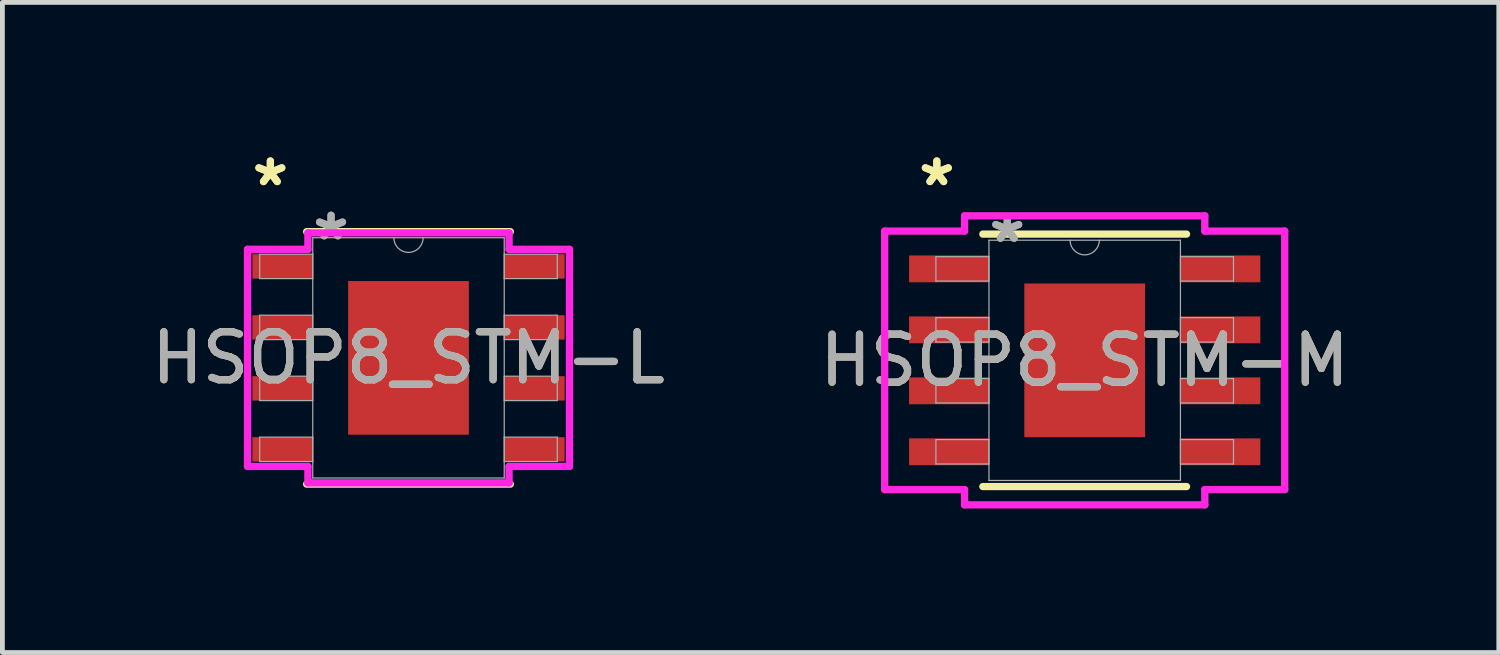
<source format=kicad_pcb>
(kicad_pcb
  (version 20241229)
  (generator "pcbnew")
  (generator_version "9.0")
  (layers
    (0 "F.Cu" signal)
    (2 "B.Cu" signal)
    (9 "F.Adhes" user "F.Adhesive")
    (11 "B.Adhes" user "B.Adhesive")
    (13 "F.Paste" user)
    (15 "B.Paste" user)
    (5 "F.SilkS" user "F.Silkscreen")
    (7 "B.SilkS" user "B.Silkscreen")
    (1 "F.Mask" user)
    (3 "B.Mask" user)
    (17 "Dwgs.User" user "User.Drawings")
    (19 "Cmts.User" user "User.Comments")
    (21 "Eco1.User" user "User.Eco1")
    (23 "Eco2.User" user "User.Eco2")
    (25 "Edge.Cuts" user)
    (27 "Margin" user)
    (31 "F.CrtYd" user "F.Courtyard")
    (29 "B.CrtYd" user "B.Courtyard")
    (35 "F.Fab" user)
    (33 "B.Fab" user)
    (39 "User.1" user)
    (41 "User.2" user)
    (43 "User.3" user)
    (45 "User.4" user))
  (footprint "HSOP8_STM-L"
    (layer "F.Cu")
    (at 5.458 4.404)
    (property "Reference" "HSOP8_STM-L" (at 0 0 0) (unlocked yes) (layer "F.SilkS") (effects (font (size 1 1) (thickness 0.15))))
    (attr smd)
    (fp_line (start -2.121 2.629) (end 2.121 2.629) (stroke (width 0.152) (type solid)) (layer "F.SilkS"))
    (fp_line (start 2.121 -2.629) (end -2.121 -2.629) (stroke (width 0.152) (type solid)) (layer "F.SilkS"))
    (fp_poly (pts (xy -1.157 -1.5) (xy -1.157 -0.1) (xy 1.157 -0.1) (xy 1.157 -1.5)) (stroke (width 0) (type solid)) (fill yes) (layer "F.Paste"))
    (fp_poly (pts (xy -1.157 0.1) (xy -1.157 1.5) (xy 1.157 1.5) (xy 1.157 0.1)) (stroke (width 0) (type solid)) (fill yes) (layer "F.Paste"))
    (fp_line (start -3.353 -2.261) (end -2.095 -2.261) (stroke (width 0.152) (type solid)) (layer "F.CrtYd"))
    (fp_line (start -3.353 2.261) (end -3.353 -2.261) (stroke (width 0.152) (type solid)) (layer "F.CrtYd"))
    (fp_line (start -3.353 2.261) (end -2.095 2.261) (stroke (width 0.152) (type solid)) (layer "F.CrtYd"))
    (fp_line (start -2.095 -2.603) (end 2.095 -2.603) (stroke (width 0.152) (type solid)) (layer "F.CrtYd"))
    (fp_line (start -2.095 -2.261) (end -2.095 -2.603) (stroke (width 0.152) (type solid)) (layer "F.CrtYd"))
    (fp_line (start -2.095 2.603) (end -2.095 2.261) (stroke (width 0.152) (type solid)) (layer "F.CrtYd"))
    (fp_line (start 2.095 -2.603) (end 2.095 -2.261) (stroke (width 0.152) (type solid)) (layer "F.CrtYd"))
    (fp_line (start 2.095 2.261) (end 2.095 2.603) (stroke (width 0.152) (type solid)) (layer "F.CrtYd"))
    (fp_line (start 2.095 2.603) (end -2.095 2.603) (stroke (width 0.152) (type solid)) (layer "F.CrtYd"))
    (fp_line (start 3.353 -2.261) (end 2.095 -2.261) (stroke (width 0.152) (type solid)) (layer "F.CrtYd"))
    (fp_line (start 3.353 -2.261) (end 3.353 2.261) (stroke (width 0.152) (type solid)) (layer "F.CrtYd"))
    (fp_line (start 3.353 2.261) (end 2.095 2.261) (stroke (width 0.152) (type solid)) (layer "F.CrtYd"))
    (fp_line (start -3.099 -2.159) (end -3.099 -1.651) (stroke (width 0.025) (type solid)) (layer "F.Fab"))
    (fp_line (start -3.099 -1.651) (end -1.994 -1.651) (stroke (width 0.025) (type solid)) (layer "F.Fab"))
    (fp_line (start -3.099 -0.889) (end -3.099 -0.381) (stroke (width 0.025) (type solid)) (layer "F.Fab"))
    (fp_line (start -3.099 -0.381) (end -1.994 -0.381) (stroke (width 0.025) (type solid)) (layer "F.Fab"))
    (fp_line (start -3.099 0.381) (end -3.099 0.889) (stroke (width 0.025) (type solid)) (layer "F.Fab"))
    (fp_line (start -3.099 0.889) (end -1.994 0.889) (stroke (width 0.025) (type solid)) (layer "F.Fab"))
    (fp_line (start -3.099 1.651) (end -3.099 2.159) (stroke (width 0.025) (type solid)) (layer "F.Fab"))
    (fp_line (start -3.099 2.159) (end -1.994 2.159) (stroke (width 0.025) (type solid)) (layer "F.Fab"))
    (fp_line (start -1.994 -2.502) (end -1.994 2.502) (stroke (width 0.025) (type solid)) (layer "F.Fab"))
    (fp_line (start -1.994 -2.159) (end -3.099 -2.159) (stroke (width 0.025) (type solid)) (layer "F.Fab"))
    (fp_line (start -1.994 -1.651) (end -1.994 -2.159) (stroke (width 0.025) (type solid)) (layer "F.Fab"))
    (fp_line (start -1.994 -0.889) (end -3.099 -0.889) (stroke (width 0.025) (type solid)) (layer "F.Fab"))
    (fp_line (start -1.994 -0.381) (end -1.994 -0.889) (stroke (width 0.025) (type solid)) (layer "F.Fab"))
    (fp_line (start -1.994 0.381) (end -3.099 0.381) (stroke (width 0.025) (type solid)) (layer "F.Fab"))
    (fp_line (start -1.994 0.889) (end -1.994 0.381) (stroke (width 0.025) (type solid)) (layer "F.Fab"))
    (fp_line (start -1.994 1.651) (end -3.099 1.651) (stroke (width 0.025) (type solid)) (layer "F.Fab"))
    (fp_line (start -1.994 2.159) (end -1.994 1.651) (stroke (width 0.025) (type solid)) (layer "F.Fab"))
    (fp_line (start -1.994 2.502) (end 1.994 2.502) (stroke (width 0.025) (type solid)) (layer "F.Fab"))
    (fp_line (start 1.994 -2.502) (end -1.994 -2.502) (stroke (width 0.025) (type solid)) (layer "F.Fab"))
    (fp_line (start 1.994 -2.159) (end 1.994 -1.651) (stroke (width 0.025) (type solid)) (layer "F.Fab"))
    (fp_line (start 1.994 -1.651) (end 3.099 -1.651) (stroke (width 0.025) (type solid)) (layer "F.Fab"))
    (fp_line (start 1.994 -0.889) (end 1.994 -0.381) (stroke (width 0.025) (type solid)) (layer "F.Fab"))
    (fp_line (start 1.994 -0.381) (end 3.099 -0.381) (stroke (width 0.025) (type solid)) (layer "F.Fab"))
    (fp_line (start 1.994 0.381) (end 1.994 0.889) (stroke (width 0.025) (type solid)) (layer "F.Fab"))
    (fp_line (start 1.994 0.889) (end 3.099 0.889) (stroke (width 0.025) (type solid)) (layer "F.Fab"))
    (fp_line (start 1.994 1.651) (end 1.994 2.159) (stroke (width 0.025) (type solid)) (layer "F.Fab"))
    (fp_line (start 1.994 2.159) (end 3.099 2.159) (stroke (width 0.025) (type solid)) (layer "F.Fab"))
    (fp_line (start 1.994 2.502) (end 1.994 -2.502) (stroke (width 0.025) (type solid)) (layer "F.Fab"))
    (fp_line (start 3.099 -2.159) (end 1.994 -2.159) (stroke (width 0.025) (type solid)) (layer "F.Fab"))
    (fp_line (start 3.099 -1.651) (end 3.099 -2.159) (stroke (width 0.025) (type solid)) (layer "F.Fab"))
    (fp_line (start 3.099 -0.889) (end 1.994 -0.889) (stroke (width 0.025) (type solid)) (layer "F.Fab"))
    (fp_line (start 3.099 -0.381) (end 3.099 -0.889) (stroke (width 0.025) (type solid)) (layer "F.Fab"))
    (fp_line (start 3.099 0.381) (end 1.994 0.381) (stroke (width 0.025) (type solid)) (layer "F.Fab"))
    (fp_line (start 3.099 0.889) (end 3.099 0.381) (stroke (width 0.025) (type solid)) (layer "F.Fab"))
    (fp_line (start 3.099 1.651) (end 1.994 1.651) (stroke (width 0.025) (type solid)) (layer "F.Fab"))
    (fp_line (start 3.099 2.159) (end 3.099 1.651) (stroke (width 0.025) (type solid)) (layer "F.Fab"))
    (fp_arc (start 0.3048 -2.5019) (mid 0 -2.1971) (end -0.3048 -2.5019) (stroke (width 0.0254) (type solid)) (layer "F.Fab"))
    (fp_text user "*" (at -2.877 -3.556 0) (unlocked yes) (layer "F.SilkS") (effects (font (size 1 1) (thickness 0.15))))
    (fp_text user "*" (at -2.877 -3.556 0) (layer "F.SilkS") (effects (font (size 1 1) (thickness 0.15))))
    (fp_text user "${REFERENCE}" (at 0 0 0) (unlocked yes) (layer "F.Fab") (effects (font (size 1 1) (thickness 0.15))))
    (fp_text user "*" (at -1.613 -2.426 0) (layer "F.Fab") (effects (font (size 1 1) (thickness 0.15))))
    (fp_text user "*" (at -1.613 -2.426 0) (unlocked yes) (layer "F.Fab") (effects (font (size 1 1) (thickness 0.15))))
    (pad "1" smd rect (at -2.623 -1.905) (size 1.257 0.508) (layers "F.Cu" "F.Mask" "F.Paste"))
    (pad "2" smd rect (at -2.623 -0.635) (size 1.257 0.508) (layers "F.Cu" "F.Mask" "F.Paste"))
    (pad "3" smd rect (at -2.623 0.635) (size 1.257 0.508) (layers "F.Cu" "F.Mask" "F.Paste"))
    (pad "4" smd rect (at -2.623 1.905) (size 1.257 0.508) (layers "F.Cu" "F.Mask" "F.Paste"))
    (pad "5" smd rect (at 2.623 1.905) (size 1.257 0.508) (layers "F.Cu" "F.Mask" "F.Paste"))
    (pad "6" smd rect (at 2.623 0.635) (size 1.257 0.508) (layers "F.Cu" "F.Mask" "F.Paste"))
    (pad "7" smd rect (at 2.623 -0.635) (size 1.257 0.508) (layers "F.Cu" "F.Mask" "F.Paste"))
    (pad "8" smd rect (at 2.623 -1.905) (size 1.257 0.508) (layers "F.Cu" "F.Mask" "F.Paste"))
    (pad "EPAD" smd rect (at 0 0) (size 2.515 3.2) (layers "F.Cu" "F.Mask")))
  (footprint "HSOP8_STM-M"
    (layer "F.Cu")
    (at 19.542 4.455)
    (property "Reference" "HSOP8_STM-M" (at 0 0 0) (unlocked yes) (layer "F.SilkS") (effects (font (size 1 1) (thickness 0.15))))
    (attr smd)
    (fp_line (start -2.121 2.629) (end 2.121 2.629) (stroke (width 0.152) (type solid)) (layer "F.SilkS"))
    (fp_line (start 2.121 -2.629) (end -2.121 -2.629) (stroke (width 0.152) (type solid)) (layer "F.SilkS"))
    (fp_poly (pts (xy -1.157 -1.5) (xy -1.157 -0.1) (xy 1.157 -0.1) (xy 1.157 -1.5)) (stroke (width 0) (type solid)) (fill yes) (layer "F.Paste"))
    (fp_poly (pts (xy -1.157 0.1) (xy -1.157 1.5) (xy 1.157 1.5) (xy 1.157 0.1)) (stroke (width 0) (type solid)) (fill yes) (layer "F.Paste"))
    (fp_line (start -4.166 -2.692) (end -2.502 -2.692) (stroke (width 0.152) (type solid)) (layer "F.CrtYd"))
    (fp_line (start -4.166 2.692) (end -4.166 -2.692) (stroke (width 0.152) (type solid)) (layer "F.CrtYd"))
    (fp_line (start -4.166 2.692) (end -2.502 2.692) (stroke (width 0.152) (type solid)) (layer "F.CrtYd"))
    (fp_line (start -2.502 -3.01) (end 2.502 -3.01) (stroke (width 0.152) (type solid)) (layer "F.CrtYd"))
    (fp_line (start -2.502 -2.692) (end -2.502 -3.01) (stroke (width 0.152) (type solid)) (layer "F.CrtYd"))
    (fp_line (start -2.502 3.01) (end -2.502 2.692) (stroke (width 0.152) (type solid)) (layer "F.CrtYd"))
    (fp_line (start 2.502 -3.01) (end 2.502 -2.692) (stroke (width 0.152) (type solid)) (layer "F.CrtYd"))
    (fp_line (start 2.502 2.692) (end 2.502 3.01) (stroke (width 0.152) (type solid)) (layer "F.CrtYd"))
    (fp_line (start 2.502 3.01) (end -2.502 3.01) (stroke (width 0.152) (type solid)) (layer "F.CrtYd"))
    (fp_line (start 4.166 -2.692) (end 2.502 -2.692) (stroke (width 0.152) (type solid)) (layer "F.CrtYd"))
    (fp_line (start 4.166 -2.692) (end 4.166 2.692) (stroke (width 0.152) (type solid)) (layer "F.CrtYd"))
    (fp_line (start 4.166 2.692) (end 2.502 2.692) (stroke (width 0.152) (type solid)) (layer "F.CrtYd"))
    (fp_line (start -3.099 -2.159) (end -3.099 -1.651) (stroke (width 0.025) (type solid)) (layer "F.Fab"))
    (fp_line (start -3.099 -1.651) (end -1.994 -1.651) (stroke (width 0.025) (type solid)) (layer "F.Fab"))
    (fp_line (start -3.099 -0.889) (end -3.099 -0.381) (stroke (width 0.025) (type solid)) (layer "F.Fab"))
    (fp_line (start -3.099 -0.381) (end -1.994 -0.381) (stroke (width 0.025) (type solid)) (layer "F.Fab"))
    (fp_line (start -3.099 0.381) (end -3.099 0.889) (stroke (width 0.025) (type solid)) (layer "F.Fab"))
    (fp_line (start -3.099 0.889) (end -1.994 0.889) (stroke (width 0.025) (type solid)) (layer "F.Fab"))
    (fp_line (start -3.099 1.651) (end -3.099 2.159) (stroke (width 0.025) (type solid)) (layer "F.Fab"))
    (fp_line (start -3.099 2.159) (end -1.994 2.159) (stroke (width 0.025) (type solid)) (layer "F.Fab"))
    (fp_line (start -1.994 -2.502) (end -1.994 2.502) (stroke (width 0.025) (type solid)) (layer "F.Fab"))
    (fp_line (start -1.994 -2.159) (end -3.099 -2.159) (stroke (width 0.025) (type solid)) (layer "F.Fab"))
    (fp_line (start -1.994 -1.651) (end -1.994 -2.159) (stroke (width 0.025) (type solid)) (layer "F.Fab"))
    (fp_line (start -1.994 -0.889) (end -3.099 -0.889) (stroke (width 0.025) (type solid)) (layer "F.Fab"))
    (fp_line (start -1.994 -0.381) (end -1.994 -0.889) (stroke (width 0.025) (type solid)) (layer "F.Fab"))
    (fp_line (start -1.994 0.381) (end -3.099 0.381) (stroke (width 0.025) (type solid)) (layer "F.Fab"))
    (fp_line (start -1.994 0.889) (end -1.994 0.381) (stroke (width 0.025) (type solid)) (layer "F.Fab"))
    (fp_line (start -1.994 1.651) (end -3.099 1.651) (stroke (width 0.025) (type solid)) (layer "F.Fab"))
    (fp_line (start -1.994 2.159) (end -1.994 1.651) (stroke (width 0.025) (type solid)) (layer "F.Fab"))
    (fp_line (start -1.994 2.502) (end 1.994 2.502) (stroke (width 0.025) (type solid)) (layer "F.Fab"))
    (fp_line (start 1.994 -2.502) (end -1.994 -2.502) (stroke (width 0.025) (type solid)) (layer "F.Fab"))
    (fp_line (start 1.994 -2.159) (end 1.994 -1.651) (stroke (width 0.025) (type solid)) (layer "F.Fab"))
    (fp_line (start 1.994 -1.651) (end 3.099 -1.651) (stroke (width 0.025) (type solid)) (layer "F.Fab"))
    (fp_line (start 1.994 -0.889) (end 1.994 -0.381) (stroke (width 0.025) (type solid)) (layer "F.Fab"))
    (fp_line (start 1.994 -0.381) (end 3.099 -0.381) (stroke (width 0.025) (type solid)) (layer "F.Fab"))
    (fp_line (start 1.994 0.381) (end 1.994 0.889) (stroke (width 0.025) (type solid)) (layer "F.Fab"))
    (fp_line (start 1.994 0.889) (end 3.099 0.889) (stroke (width 0.025) (type solid)) (layer "F.Fab"))
    (fp_line (start 1.994 1.651) (end 1.994 2.159) (stroke (width 0.025) (type solid)) (layer "F.Fab"))
    (fp_line (start 1.994 2.159) (end 3.099 2.159) (stroke (width 0.025) (type solid)) (layer "F.Fab"))
    (fp_line (start 1.994 2.502) (end 1.994 -2.502) (stroke (width 0.025) (type solid)) (layer "F.Fab"))
    (fp_line (start 3.099 -2.159) (end 1.994 -2.159) (stroke (width 0.025) (type solid)) (layer "F.Fab"))
    (fp_line (start 3.099 -1.651) (end 3.099 -2.159) (stroke (width 0.025) (type solid)) (layer "F.Fab"))
    (fp_line (start 3.099 -0.889) (end 1.994 -0.889) (stroke (width 0.025) (type solid)) (layer "F.Fab"))
    (fp_line (start 3.099 -0.381) (end 3.099 -0.889) (stroke (width 0.025) (type solid)) (layer "F.Fab"))
    (fp_line (start 3.099 0.381) (end 1.994 0.381) (stroke (width 0.025) (type solid)) (layer "F.Fab"))
    (fp_line (start 3.099 0.889) (end 3.099 0.381) (stroke (width 0.025) (type solid)) (layer "F.Fab"))
    (fp_line (start 3.099 1.651) (end 1.994 1.651) (stroke (width 0.025) (type solid)) (layer "F.Fab"))
    (fp_line (start 3.099 2.159) (end 3.099 1.651) (stroke (width 0.025) (type solid)) (layer "F.Fab"))
    (fp_arc (start 0.3048 -2.5019) (mid 0 -2.1971) (end -0.3048 -2.5019) (stroke (width 0.0254) (type solid)) (layer "F.Fab"))
    (fp_text user "*" (at -3.08 -3.607 0) (unlocked yes) (layer "F.SilkS") (effects (font (size 1 1) (thickness 0.15))))
    (fp_text user "*" (at -3.08 -3.607 0) (layer "F.SilkS") (effects (font (size 1 1) (thickness 0.15))))
    (fp_text user "*" (at -1.613 -2.426 0) (layer "F.Fab") (effects (font (size 1 1) (thickness 0.15))))
    (fp_text user "${REFERENCE}" (at 0 0 0) (unlocked yes) (layer "F.Fab") (effects (font (size 1 1) (thickness 0.15))))
    (fp_text user "*" (at -1.613 -2.426 0) (unlocked yes) (layer "F.Fab") (effects (font (size 1 1) (thickness 0.15))))
    (pad "1" smd rect (at -2.826 -1.905) (size 1.664 0.559) (layers "F.Cu" "F.Mask" "F.Paste"))
    (pad "2" smd rect (at -2.826 -0.635) (size 1.664 0.559) (layers "F.Cu" "F.Mask" "F.Paste"))
    (pad "3" smd rect (at -2.826 0.635) (size 1.664 0.559) (layers "F.Cu" "F.Mask" "F.Paste"))
    (pad "4" smd rect (at -2.826 1.905) (size 1.664 0.559) (layers "F.Cu" "F.Mask" "F.Paste"))
    (pad "5" smd rect (at 2.826 1.905) (size 1.664 0.559) (layers "F.Cu" "F.Mask" "F.Paste"))
    (pad "6" smd rect (at 2.826 0.635) (size 1.664 0.559) (layers "F.Cu" "F.Mask" "F.Paste"))
    (pad "7" smd rect (at 2.826 -0.635) (size 1.664 0.559) (layers "F.Cu" "F.Mask" "F.Paste"))
    (pad "8" smd rect (at 2.826 -1.905) (size 1.664 0.559) (layers "F.Cu" "F.Mask" "F.Paste"))
    (pad "EPAD" smd rect (at 0 0) (size 2.515 3.2) (layers "F.Cu" "F.Mask")))
  (gr_rect
    (start -3 -3)
    (end 28.167 10.541)
    (stroke (width 0.1) (type default))
    (fill no)
    (layer "Edge.Cuts")))
</source>
